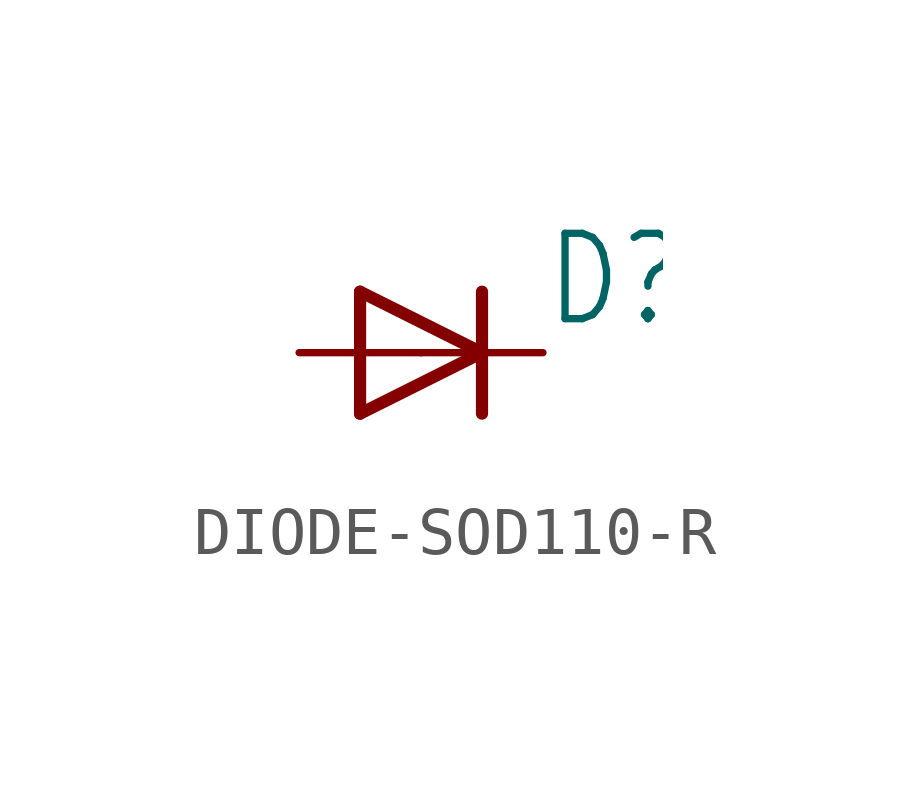
<source format=kicad_sym>
(kicad_symbol_lib
  (version 20220914)
  (generator kicad_symbol_editor)
  (symbol "DIODE-SOD110-R"
    (property "Reference" "D"
      (at 2.54 0.483 0)
      (effects (font (size 1.778 1.511)) (justify left bottom)))
    (property "Value" ""
      (at 2.54 -2.311 0)
      (effects (font (size 1.778 1.511)) (justify left bottom)))
    (property "ki_locked" ""
      (at 0 0 0)
      (effects (font (size 1.27 1.27))))
    (symbol "DIODE-SOD110-R_1_0"
      (polyline (pts (xy -1.27 -1.27) (xy 1.27 0)) (stroke (width 0.254) (type solid)) (fill (type none)))
      (polyline (pts (xy -1.27 1.27) (xy -1.27 -1.27)) (stroke (width 0.254) (type solid)) (fill (type none)))
      (polyline (pts (xy 1.27 0) (xy -1.27 1.27)) (stroke (width 0.254) (type solid)) (fill (type none)))
      (polyline (pts (xy 1.27 0) (xy 1.27 -1.27)) (stroke (width 0.254) (type solid)) (fill (type none)))
      (polyline (pts (xy 1.27 1.27) (xy 1.27 0)) (stroke (width 0.254) (type solid)) (fill (type none)))
      (pin passive line (at -2.54 0 0) (length 2.54) (name "A" (effects (font (size 0 0)))) (number "A" (effects (font (size 0 0)))))
      (pin passive line (at 2.54 0 180) (length 2.54) (name "C" (effects (font (size 0 0)))) (number "C" (effects (font (size 0 0))))))))
</source>
